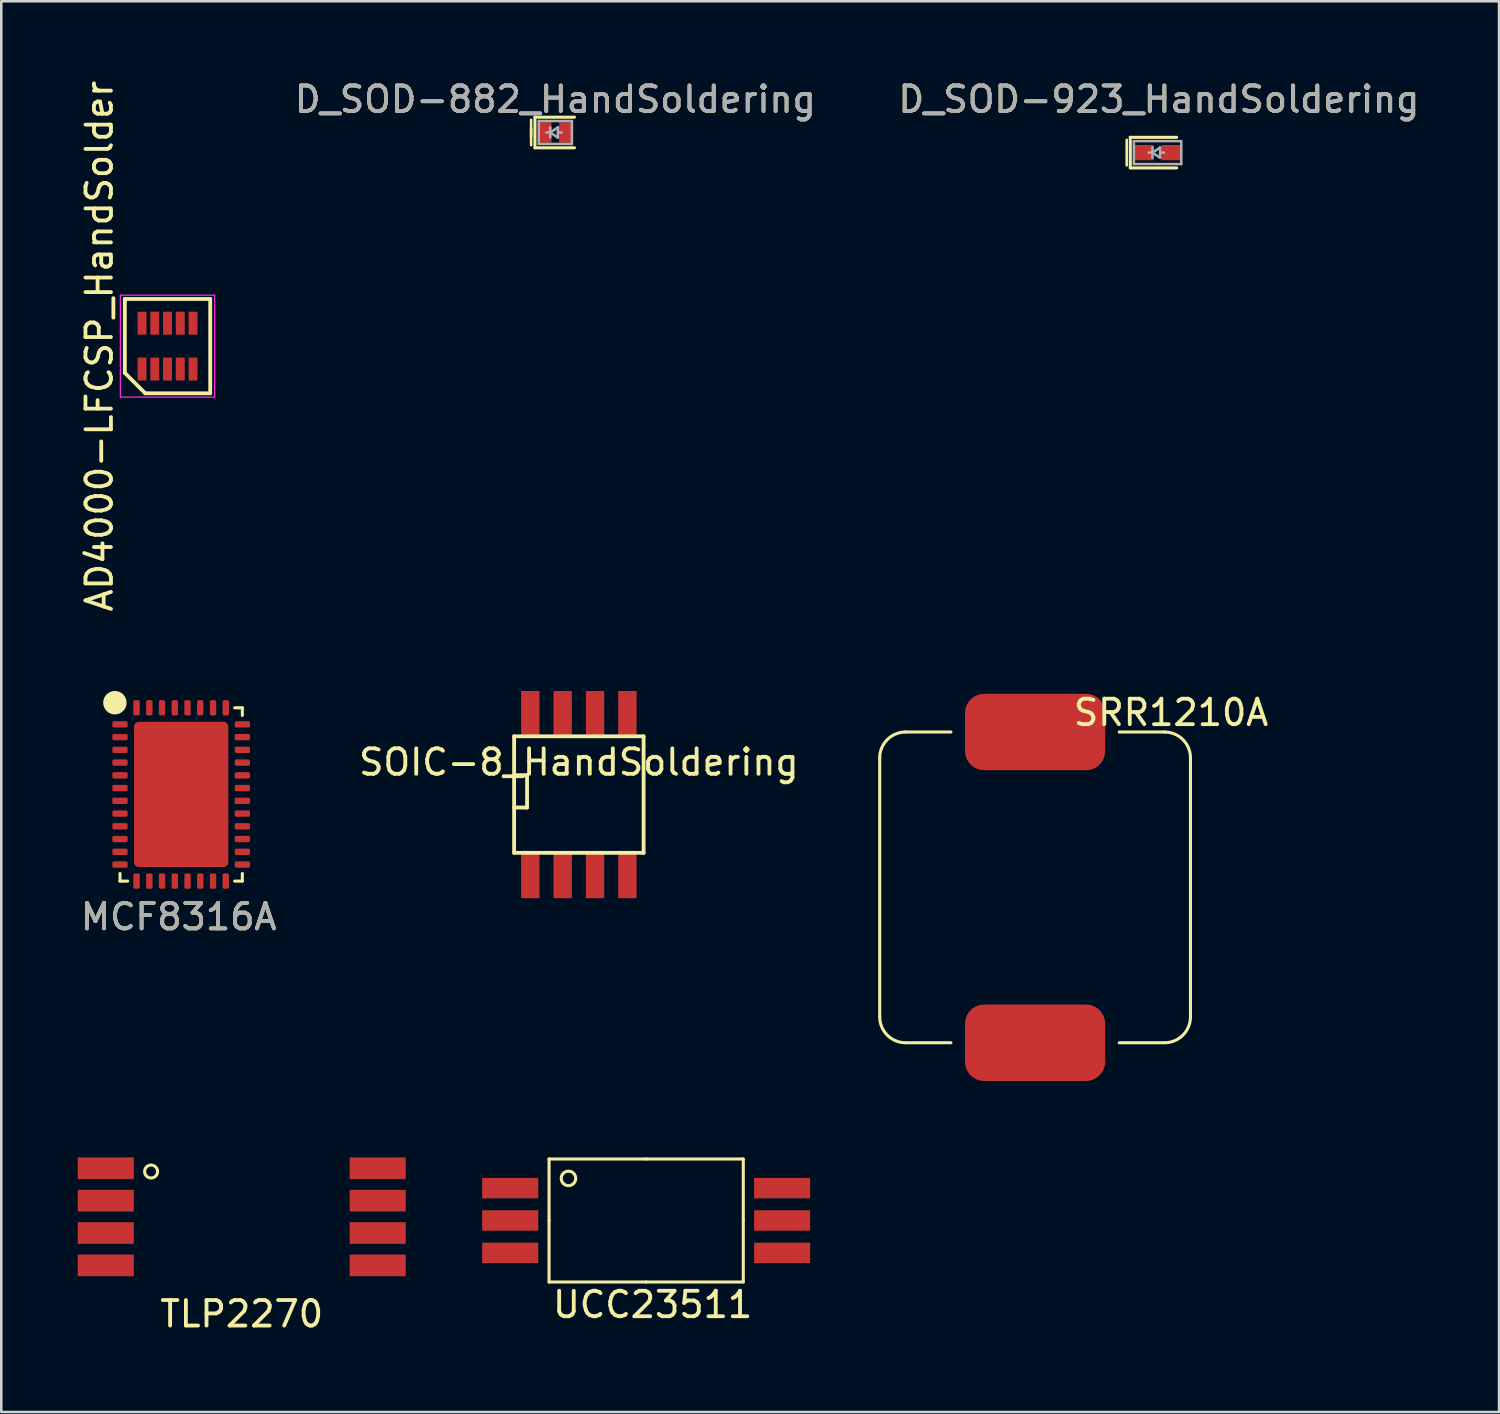
<source format=kicad_pcb>
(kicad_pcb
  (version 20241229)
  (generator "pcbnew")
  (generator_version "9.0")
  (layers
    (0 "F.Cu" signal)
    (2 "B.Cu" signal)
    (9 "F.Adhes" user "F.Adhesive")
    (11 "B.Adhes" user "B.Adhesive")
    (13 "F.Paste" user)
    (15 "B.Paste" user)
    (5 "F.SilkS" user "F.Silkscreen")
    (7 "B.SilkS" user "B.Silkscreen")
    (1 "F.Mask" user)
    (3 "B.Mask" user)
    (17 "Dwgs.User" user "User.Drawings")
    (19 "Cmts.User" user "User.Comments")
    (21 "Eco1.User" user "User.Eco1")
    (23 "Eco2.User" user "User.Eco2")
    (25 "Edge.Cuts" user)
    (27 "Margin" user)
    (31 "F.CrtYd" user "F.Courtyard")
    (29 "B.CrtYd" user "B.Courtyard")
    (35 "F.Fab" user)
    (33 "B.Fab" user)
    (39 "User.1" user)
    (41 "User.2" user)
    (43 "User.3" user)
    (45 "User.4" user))
  (footprint "SOIC-8_HandSoldering"
    (layer "F.Cu")
    (at 19.661 28.125)
    (property "Reference" "SOIC-8_HandSoldering" (at 0 -1.27 0) (layer "F.SilkS") (effects (font (size 1 1) (thickness 0.15))))
    (attr smd)
    (fp_line (start -2.54 -2.286) (end 2.54 -2.286) (stroke (width 0.15) (type solid)) (layer "F.SilkS"))
    (fp_line (start -2.54 -0.762) (end -2.032 -0.762) (stroke (width 0.15) (type solid)) (layer "F.SilkS"))
    (fp_line (start -2.54 2.286) (end -2.54 -2.286) (stroke (width 0.15) (type solid)) (layer "F.SilkS"))
    (fp_line (start -2.032 -0.762) (end -2.032 0.508) (stroke (width 0.15) (type solid)) (layer "F.SilkS"))
    (fp_line (start -2.032 0.508) (end -2.54 0.508) (stroke (width 0.15) (type solid)) (layer "F.SilkS"))
    (fp_line (start 2.54 -2.286) (end 2.54 2.286) (stroke (width 0.15) (type solid)) (layer "F.SilkS"))
    (fp_line (start 2.54 2.286) (end -2.54 2.286) (stroke (width 0.15) (type solid)) (layer "F.SilkS"))
    (pad "1" smd rect (at -1.905 3.175) (size 0.72 1.78) (layers "F.Cu" "F.Mask" "F.Paste"))
    (pad "2" smd rect (at -0.635 3.175) (size 0.72 1.78) (layers "F.Cu" "F.Mask" "F.Paste"))
    (pad "3" smd rect (at 0.635 3.175) (size 0.72 1.78) (layers "F.Cu" "F.Mask" "F.Paste"))
    (pad "4" smd rect (at 1.905 3.175) (size 0.72 1.78) (layers "F.Cu" "F.Mask" "F.Paste"))
    (pad "5" smd rect (at 1.905 -3.175) (size 0.72 1.78) (layers "F.Cu" "F.Mask" "F.Paste"))
    (pad "6" smd rect (at 0.635 -3.175) (size 0.72 1.78) (layers "F.Cu" "F.Mask" "F.Paste"))
    (pad "7" smd rect (at -0.635 -3.175) (size 0.72 1.78) (layers "F.Cu" "F.Mask" "F.Paste"))
    (pad "8" smd rect (at -1.905 -3.175) (size 0.72 1.78) (layers "F.Cu" "F.Mask" "F.Paste")))
  (footprint "TLP2270"
    (layer "F.Cu")
    (at 6.434 44.692)
    (property "Reference" "TLP2270" (at 0 3.81 0) (layer "F.SilkS") (effects (font (size 1 1) (thickness 0.15))))
    (attr through_hole)
    (fp_circle (center -3.556 -1.778) (end -3.302 -1.778) (stroke (width 0.12) (type solid)) (fill no) (layer "F.SilkS"))
    (pad "1" smd rect (at -5.334 -1.905) (size 2.2 0.85) (layers "F.Cu" "F.Mask" "F.Paste"))
    (pad "2" smd rect (at -5.334 -0.635) (size 2.2 0.85) (layers "F.Cu" "F.Mask" "F.Paste"))
    (pad "3" smd rect (at -5.334 0.635) (size 2.2 0.85) (layers "F.Cu" "F.Mask" "F.Paste"))
    (pad "4" smd rect (at -5.334 1.905) (size 2.2 0.85) (layers "F.Cu" "F.Mask" "F.Paste"))
    (pad "5" smd rect (at 5.334 1.905) (size 2.2 0.85) (layers "F.Cu" "F.Mask" "F.Paste"))
    (pad "6" smd rect (at 5.334 0.635) (size 2.2 0.85) (layers "F.Cu" "F.Mask" "F.Paste"))
    (pad "7" smd rect (at 5.334 -0.635) (size 2.2 0.85) (layers "F.Cu" "F.Mask" "F.Paste"))
    (pad "8" smd rect (at 5.334 -1.905) (size 2.2 0.85) (layers "F.Cu" "F.Mask" "F.Paste")))
  (footprint "D_SOD-923_HandSoldering"
    (layer "F.Cu")
    (at 42.366 2.938)
    (property "Reference" "D_SOD-923_HandSoldering" (at 0.05 -2.09 0) (layer "F.SilkS") (effects (font (size 1 1) (thickness 0.15))))
    (attr smd)
    (fp_line (start -1.21 -0.5) (end -1.21 0.5) (stroke (width 0.1) (type solid)) (layer "F.SilkS"))
    (fp_line (start -1.07 -0.6) (end -1.07 0.6) (stroke (width 0.12) (type solid)) (layer "F.SilkS"))
    (fp_line (start -1.07 -0.6) (end 0.75 -0.6) (stroke (width 0.12) (type solid)) (layer "F.SilkS"))
    (fp_line (start -1.07 0.6) (end 0.75 0.6) (stroke (width 0.12) (type solid)) (layer "F.SilkS"))
    (fp_line (start -0.93 -0.45) (end 0.93 -0.45) (stroke (width 0.1) (type solid)) (layer "F.Fab"))
    (fp_line (start -0.93 0.45) (end -0.93 -0.45) (stroke (width 0.1) (type solid)) (layer "F.Fab"))
    (fp_line (start -0.2 0) (end -0.35 0) (stroke (width 0.1) (type solid)) (layer "F.Fab"))
    (fp_line (start -0.2 0) (end 0.1 0.2) (stroke (width 0.1) (type solid)) (layer "F.Fab"))
    (fp_line (start -0.2 0.2) (end -0.2 -0.2) (stroke (width 0.1) (type solid)) (layer "F.Fab"))
    (fp_line (start 0.1 -0.2) (end -0.2 0) (stroke (width 0.1) (type solid)) (layer "F.Fab"))
    (fp_line (start 0.1 0) (end 0.25 0) (stroke (width 0.1) (type solid)) (layer "F.Fab"))
    (fp_line (start 0.1 0.2) (end 0.1 -0.2) (stroke (width 0.1) (type solid)) (layer "F.Fab"))
    (fp_line (start 0.93 -0.45) (end 0.93 0.45) (stroke (width 0.1) (type solid)) (layer "F.Fab"))
    (fp_line (start 0.93 0.45) (end -0.93 0.45) (stroke (width 0.1) (type solid)) (layer "F.Fab"))
    (fp_text user "${REFERENCE}" (at 0.06 -2.09 0) (layer "F.Fab") (effects (font (size 1 1) (thickness 0.15))))
    (pad "1" smd rect (at -0.55 0 180) (size 0.8 0.6) (layers "F.Cu" "F.Mask" "F.Paste"))
    (pad "2" smd rect (at 0.55 0 180) (size 0.8 0.6) (layers "F.Cu" "F.Mask" "F.Paste")))
  (footprint "UCC23511"
    (layer "F.Cu")
    (at 22.302 44.835)
    (property "Reference" "UCC23511" (at 0.254 3.302 0) (layer "F.SilkS") (effects (font (size 1 1) (thickness 0.15))))
    (attr through_hole)
    (fp_line (start -3.81 -2.413) (end -3.81 0) (stroke (width 0.12) (type solid)) (layer "F.SilkS"))
    (fp_line (start -3.81 -2.413) (end 0 -2.413) (stroke (width 0.12) (type solid)) (layer "F.SilkS"))
    (fp_line (start -3.81 0) (end -3.81 2.413) (stroke (width 0.12) (type solid)) (layer "F.SilkS"))
    (fp_line (start 0 -2.413) (end 3.81 -2.413) (stroke (width 0.12) (type solid)) (layer "F.SilkS"))
    (fp_line (start 0 2.413) (end -3.81 2.413) (stroke (width 0.12) (type solid)) (layer "F.SilkS"))
    (fp_line (start 3.81 0) (end 3.81 -2.413) (stroke (width 0.12) (type solid)) (layer "F.SilkS"))
    (fp_line (start 3.81 2.413) (end 0 2.413) (stroke (width 0.12) (type solid)) (layer "F.SilkS"))
    (fp_line (start 3.81 2.413) (end 3.81 0) (stroke (width 0.12) (type solid)) (layer "F.SilkS"))
    (fp_circle (center -3.048 -1.651) (end -2.794 -1.524) (stroke (width 0.12) (type solid)) (fill no) (layer "F.SilkS"))
    (pad "1" smd rect (at -5.334 -1.27) (size 2.2 0.8) (layers "F.Cu" "F.Mask" "F.Paste"))
    (pad "2" smd rect (at -5.334 0) (size 2.2 0.8) (layers "F.Cu" "F.Mask" "F.Paste"))
    (pad "3" smd rect (at -5.334 1.27) (size 2.2 0.8) (layers "F.Cu" "F.Mask" "F.Paste"))
    (pad "4" smd rect (at 5.334 1.27) (size 2.2 0.8) (layers "F.Cu" "F.Mask" "F.Paste"))
    (pad "5" smd rect (at 5.334 0) (size 2.2 0.8) (layers "F.Cu" "F.Mask" "F.Paste"))
    (pad "6" smd rect (at 5.334 -1.27) (size 2.2 0.8) (layers "F.Cu" "F.Mask" "F.Paste")))
  (footprint "D_SOD-882_HandSoldering"
    (layer "F.Cu")
    (at 18.738 2.148)
    (property "Reference" "D_SOD-882_HandSoldering" (at 0 -1.3 0) (layer "F.SilkS") (effects (font (size 1 1) (thickness 0.15))))
    (attr smd)
    (fp_line (start -0.95 -0.5) (end -0.95 0.5) (stroke (width 0.1) (type solid)) (layer "F.SilkS"))
    (fp_line (start -0.95 -0.15) (end -0.95 0.15) (stroke (width 0.1) (type solid)) (layer "F.SilkS"))
    (fp_line (start -0.8 -0.6) (end -0.8 0.6) (stroke (width 0.12) (type solid)) (layer "F.SilkS"))
    (fp_line (start -0.8 -0.6) (end 0.75 -0.6) (stroke (width 0.12) (type solid)) (layer "F.SilkS"))
    (fp_line (start -0.8 0.6) (end 0.75 0.6) (stroke (width 0.12) (type solid)) (layer "F.SilkS"))
    (fp_line (start -0.65 -0.45) (end 0.65 -0.45) (stroke (width 0.1) (type solid)) (layer "F.Fab"))
    (fp_line (start -0.65 0.45) (end -0.65 -0.45) (stroke (width 0.1) (type solid)) (layer "F.Fab"))
    (fp_line (start -0.2 0) (end -0.35 0) (stroke (width 0.1) (type solid)) (layer "F.Fab"))
    (fp_line (start -0.2 0) (end 0.1 0.2) (stroke (width 0.1) (type solid)) (layer "F.Fab"))
    (fp_line (start -0.2 0.2) (end -0.2 -0.2) (stroke (width 0.1) (type solid)) (layer "F.Fab"))
    (fp_line (start 0.1 -0.2) (end -0.2 0) (stroke (width 0.1) (type solid)) (layer "F.Fab"))
    (fp_line (start 0.1 0) (end 0.25 0) (stroke (width 0.1) (type solid)) (layer "F.Fab"))
    (fp_line (start 0.1 0.2) (end 0.1 -0.2) (stroke (width 0.1) (type solid)) (layer "F.Fab"))
    (fp_line (start 0.65 -0.45) (end 0.65 0.45) (stroke (width 0.1) (type solid)) (layer "F.Fab"))
    (fp_line (start 0.65 0.45) (end -0.65 0.45) (stroke (width 0.1) (type solid)) (layer "F.Fab"))
    (fp_text user "${REFERENCE}" (at 0 -1.3 0) (layer "F.Fab") (effects (font (size 1 1) (thickness 0.15))))
    (pad "1" smd rect (at -0.4 0 180) (size 0.5 0.8) (layers "F.Cu" "F.Mask" "F.Paste"))
    (pad "2" smd rect (at 0.4 0 180) (size 0.5 0.8) (layers "F.Cu" "F.Mask" "F.Paste")))
  (footprint "AD4000-LFCSP_HandSolder"
    (layer "F.Cu")
    (at 3.523 10.53)
    (property "Reference" "AD4000-LFCSP_HandSolder" (at -2.675 0 90) (layer "F.SilkS") (effects (font (size 1 1) (thickness 0.15))))
    (attr smd)
    (fp_line (start -1.675 -1.85) (end 1.675 -1.85) (stroke (width 0.15) (type solid)) (layer "F.SilkS"))
    (fp_line (start -1.675 1.05) (end -1.675 -1.85) (stroke (width 0.15) (type solid)) (layer "F.SilkS"))
    (fp_line (start -0.875 1.85) (end -1.675 1.05) (stroke (width 0.15) (type solid)) (layer "F.SilkS"))
    (fp_line (start 1.675 -1.85) (end 1.675 1.85) (stroke (width 0.15) (type solid)) (layer "F.SilkS"))
    (fp_line (start 1.675 1.85) (end -0.875 1.85) (stroke (width 0.15) (type solid)) (layer "F.SilkS"))
    (fp_line (start -1.85 -2) (end 1.85 -2) (stroke (width 0.05) (type solid)) (layer "F.CrtYd"))
    (fp_line (start -1.85 2) (end -1.85 -2) (stroke (width 0.05) (type solid)) (layer "F.CrtYd"))
    (fp_line (start 1.85 -2) (end 1.85 2) (stroke (width 0.05) (type solid)) (layer "F.CrtYd"))
    (fp_line (start 1.85 2) (end -1.85 2) (stroke (width 0.05) (type solid)) (layer "F.CrtYd"))
    (pad "1" smd rect (at -1 0.9) (size 0.35 0.9) (layers "F.Cu" "F.Mask" "F.Paste"))
    (pad "2" smd rect (at -0.5 0.9) (size 0.35 0.9) (layers "F.Cu" "F.Mask" "F.Paste"))
    (pad "3" smd rect (at 0 0.9) (size 0.35 0.9) (layers "F.Cu" "F.Mask" "F.Paste"))
    (pad "4" smd rect (at 0.5 0.9) (size 0.35 0.9) (layers "F.Cu" "F.Mask" "F.Paste"))
    (pad "5" smd rect (at 1 0.9) (size 0.35 0.9) (layers "F.Cu" "F.Mask" "F.Paste"))
    (pad "6" smd rect (at 1 -0.9) (size 0.35 0.9) (layers "F.Cu" "F.Mask" "F.Paste"))
    (pad "7" smd rect (at 0.5 -0.9) (size 0.35 0.9) (layers "F.Cu" "F.Mask" "F.Paste"))
    (pad "8" smd rect (at 0 -0.9) (size 0.35 0.9) (layers "F.Cu" "F.Mask" "F.Paste"))
    (pad "9" smd rect (at -0.5 -0.9) (size 0.35 0.9) (layers "F.Cu" "F.Mask" "F.Paste"))
    (pad "10" smd rect (at -1 -0.9) (size 0.35 0.9) (layers "F.Cu" "F.Mask" "F.Paste")))
  (footprint "SRR1210A"
    (layer "F.Cu")
    (at 37.561 31.766)
    (property "Reference" "SRR1210A" (at 5.334 -6.858 0) (layer "F.SilkS") (effects (font (size 1 1) (thickness 0.15))))
    (attr through_hole)
    (fp_line (start -6.096 5.08) (end -6.096 -5.08) (stroke (width 0.12) (type solid)) (layer "F.SilkS"))
    (fp_line (start -5.08 -6.096) (end -3.302 -6.096) (stroke (width 0.12) (type solid)) (layer "F.SilkS"))
    (fp_line (start -5.08 6.096) (end -3.302 6.096) (stroke (width 0.12) (type solid)) (layer "F.SilkS"))
    (fp_line (start 5.08 -6.096) (end 3.302 -6.096) (stroke (width 0.12) (type solid)) (layer "F.SilkS"))
    (fp_line (start 5.08 6.096) (end 3.302 6.096) (stroke (width 0.12) (type solid)) (layer "F.SilkS"))
    (fp_line (start 6.096 5.08) (end 6.096 -5.08) (stroke (width 0.12) (type solid)) (layer "F.SilkS"))
    (fp_arc (start -6.096 -5.08) (mid -5.79842 -5.79842) (end -5.08 -6.096) (stroke (width 0.12) (type solid)) (layer "F.SilkS"))
    (fp_arc (start -5.08 6.096) (mid -5.79842 5.79842) (end -6.096 5.08) (stroke (width 0.12) (type solid)) (layer "F.SilkS"))
    (fp_arc (start 5.08 -6.096) (mid 5.79842 -5.79842) (end 6.096 -5.08) (stroke (width 0.12) (type solid)) (layer "F.SilkS"))
    (fp_arc (start 6.096 5.08) (mid 5.79842 5.79842) (end 5.08 6.096) (stroke (width 0.12) (type solid)) (layer "F.SilkS"))
    (pad "1" smd roundrect (at 0 6.096) (size 5.5 3) (layers "F.Cu" "F.Mask" "F.Paste") (roundrect_rratio 0.25))
    (pad "2" smd roundrect (at 0 -6.096) (size 5.5 3) (layers "F.Cu" "F.Mask" "F.Paste") (roundrect_rratio 0.25)))
  (footprint "MCF8316A"
    (layer "F.Cu")
    (at 4.058 28.12)
    (property "Reference" "MCF8316A" (at -0.1 4.8 0) (unlocked yes) (layer "F.SilkS") (effects (font (size 1 1) (thickness 0.15))))
    (attr smd)
    (fp_line (start -2.4 3.4) (end -2.4 3.1) (stroke (width 0.12) (type solid)) (layer "F.SilkS"))
    (fp_line (start -2.1 3.4) (end -2.4 3.4) (stroke (width 0.12) (type solid)) (layer "F.SilkS"))
    (fp_line (start 2.4 -3.4) (end 2.1 -3.4) (stroke (width 0.12) (type solid)) (layer "F.SilkS"))
    (fp_line (start 2.4 -3.1) (end 2.4 -3.4) (stroke (width 0.12) (type solid)) (layer "F.SilkS"))
    (fp_line (start 2.4 3.1) (end 2.4 3.4) (stroke (width 0.12) (type solid)) (layer "F.SilkS"))
    (fp_line (start 2.4 3.4) (end 2.1 3.4) (stroke (width 0.12) (type solid)) (layer "F.SilkS"))
    (fp_circle (center -2.6 -3.6) (end -2.2 -3.6) (stroke (width 0.12) (type solid)) (fill yes) (layer "F.SilkS"))
    (fp_text user "${REFERENCE}" (at -0.1 4.8 0) (unlocked yes) (layer "F.Fab") (effects (font (size 1 1) (thickness 0.15))))
    (pad "0" smd roundrect (at 0 0 270) (size 5.7 3.7) (layers "F.Cu" "F.Mask" "F.Paste") (roundrect_rratio 0.05))
    (pad "1" smd roundrect (at -2.4 -2.75 90) (size 0.25 0.6) (layers "F.Cu" "F.Mask" "F.Paste") (roundrect_rratio 0.25))
    (pad "2" smd roundrect (at -2.4 -2.25 90) (size 0.25 0.6) (layers "F.Cu" "F.Mask" "F.Paste") (roundrect_rratio 0.25))
    (pad "3" smd roundrect (at -2.4 -1.75 90) (size 0.25 0.6) (layers "F.Cu" "F.Mask" "F.Paste") (roundrect_rratio 0.25))
    (pad "4" smd roundrect (at -2.4 -1.25 90) (size 0.25 0.6) (layers "F.Cu" "F.Mask" "F.Paste") (roundrect_rratio 0.25))
    (pad "5" smd roundrect (at -2.4 -0.75 90) (size 0.25 0.6) (layers "F.Cu" "F.Mask" "F.Paste") (roundrect_rratio 0.25))
    (pad "6" smd roundrect (at -2.4 -0.25 90) (size 0.25 0.6) (layers "F.Cu" "F.Mask" "F.Paste") (roundrect_rratio 0.25))
    (pad "7" smd roundrect (at -2.4 0.25 90) (size 0.25 0.6) (layers "F.Cu" "F.Mask" "F.Paste") (roundrect_rratio 0.25))
    (pad "8" smd roundrect (at -2.4 0.75 90) (size 0.25 0.6) (layers "F.Cu" "F.Mask" "F.Paste") (roundrect_rratio 0.25))
    (pad "9" smd roundrect (at -2.4 1.25 90) (size 0.25 0.6) (layers "F.Cu" "F.Mask" "F.Paste") (roundrect_rratio 0.25))
    (pad "10" smd roundrect (at -2.4 1.75 90) (size 0.25 0.6) (layers "F.Cu" "F.Mask" "F.Paste") (roundrect_rratio 0.25))
    (pad "11" smd roundrect (at -2.4 2.25 90) (size 0.25 0.6) (layers "F.Cu" "F.Mask" "F.Paste") (roundrect_rratio 0.25))
    (pad "12" smd roundrect (at -2.4 2.75 90) (size 0.25 0.6) (layers "F.Cu" "F.Mask" "F.Paste") (roundrect_rratio 0.25))
    (pad "13" smd roundrect (at -1.75 3.4 180) (size 0.25 0.6) (layers "F.Cu" "F.Mask" "F.Paste") (roundrect_rratio 0.25))
    (pad "14" smd roundrect (at -1.25 3.4 180) (size 0.25 0.6) (layers "F.Cu" "F.Mask" "F.Paste") (roundrect_rratio 0.25))
    (pad "15" smd roundrect (at -0.75 3.4 180) (size 0.25 0.6) (layers "F.Cu" "F.Mask" "F.Paste") (roundrect_rratio 0.25))
    (pad "16" smd roundrect (at -0.25 3.4 180) (size 0.25 0.6) (layers "F.Cu" "F.Mask" "F.Paste") (roundrect_rratio 0.25))
    (pad "17" smd roundrect (at 0.25 3.4 180) (size 0.25 0.6) (layers "F.Cu" "F.Mask" "F.Paste") (roundrect_rratio 0.25))
    (pad "18" smd roundrect (at 0.75 3.4 180) (size 0.25 0.6) (layers "F.Cu" "F.Mask" "F.Paste") (roundrect_rratio 0.25))
    (pad "19" smd roundrect (at 1.25 3.4 180) (size 0.25 0.6) (layers "F.Cu" "F.Mask" "F.Paste") (roundrect_rratio 0.25))
    (pad "20" smd roundrect (at 1.75 3.4 180) (size 0.25 0.6) (layers "F.Cu" "F.Mask" "F.Paste") (roundrect_rratio 0.25))
    (pad "21" smd roundrect (at 2.4 2.75 90) (size 0.25 0.6) (layers "F.Cu" "F.Mask" "F.Paste") (roundrect_rratio 0.25))
    (pad "22" smd roundrect (at 2.4 2.25 90) (size 0.25 0.6) (layers "F.Cu" "F.Mask" "F.Paste") (roundrect_rratio 0.25))
    (pad "23" smd roundrect (at 2.4 1.75 90) (size 0.25 0.6) (layers "F.Cu" "F.Mask" "F.Paste") (roundrect_rratio 0.25))
    (pad "24" smd roundrect (at 2.4 1.25 90) (size 0.25 0.6) (layers "F.Cu" "F.Mask" "F.Paste") (roundrect_rratio 0.25))
    (pad "25" smd roundrect (at 2.4 0.75 90) (size 0.25 0.6) (layers "F.Cu" "F.Mask" "F.Paste") (roundrect_rratio 0.25))
    (pad "26" smd roundrect (at 2.4 0.25 90) (size 0.25 0.6) (layers "F.Cu" "F.Mask" "F.Paste") (roundrect_rratio 0.25))
    (pad "27" smd roundrect (at 2.4 -0.25 90) (size 0.25 0.6) (layers "F.Cu" "F.Mask" "F.Paste") (roundrect_rratio 0.25))
    (pad "28" smd roundrect (at 2.4 -0.75 90) (size 0.25 0.6) (layers "F.Cu" "F.Mask" "F.Paste") (roundrect_rratio 0.25))
    (pad "29" smd roundrect (at 2.4 -1.25 90) (size 0.25 0.6) (layers "F.Cu" "F.Mask" "F.Paste") (roundrect_rratio 0.25))
    (pad "30" smd roundrect (at 2.4 -1.75 90) (size 0.25 0.6) (layers "F.Cu" "F.Mask" "F.Paste") (roundrect_rratio 0.25))
    (pad "31" smd roundrect (at 2.4 -2.25 90) (size 0.25 0.6) (layers "F.Cu" "F.Mask" "F.Paste") (roundrect_rratio 0.25))
    (pad "32" smd roundrect (at 2.4 -2.75 90) (size 0.25 0.6) (layers "F.Cu" "F.Mask" "F.Paste") (roundrect_rratio 0.25))
    (pad "33" smd roundrect (at 1.75 -3.4 180) (size 0.25 0.6) (layers "F.Cu" "F.Mask" "F.Paste") (roundrect_rratio 0.25))
    (pad "34" smd roundrect (at 1.25 -3.4 180) (size 0.25 0.6) (layers "F.Cu" "F.Mask" "F.Paste") (roundrect_rratio 0.25))
    (pad "35" smd roundrect (at 0.75 -3.4 180) (size 0.25 0.6) (layers "F.Cu" "F.Mask" "F.Paste") (roundrect_rratio 0.25))
    (pad "36" smd roundrect (at 0.25 -3.4 180) (size 0.25 0.6) (layers "F.Cu" "F.Mask" "F.Paste") (roundrect_rratio 0.25))
    (pad "37" smd roundrect (at -0.25 -3.4 180) (size 0.25 0.6) (layers "F.Cu" "F.Mask" "F.Paste") (roundrect_rratio 0.25))
    (pad "38" smd roundrect (at -0.75 -3.4 180) (size 0.25 0.6) (layers "F.Cu" "F.Mask" "F.Paste") (roundrect_rratio 0.25))
    (pad "39" smd roundrect (at -1.25 -3.4 180) (size 0.25 0.6) (layers "F.Cu" "F.Mask" "F.Paste") (roundrect_rratio 0.25))
    (pad "40" smd roundrect (at -1.75 -3.4 180) (size 0.25 0.6) (layers "F.Cu" "F.Mask" "F.Paste") (roundrect_rratio 0.25)))
  (gr_rect
    (start -3 -3)
    (end 55.765 52.35)
    (stroke (width 0.1) (type default))
    (fill no)
    (layer "Edge.Cuts")))
</source>
